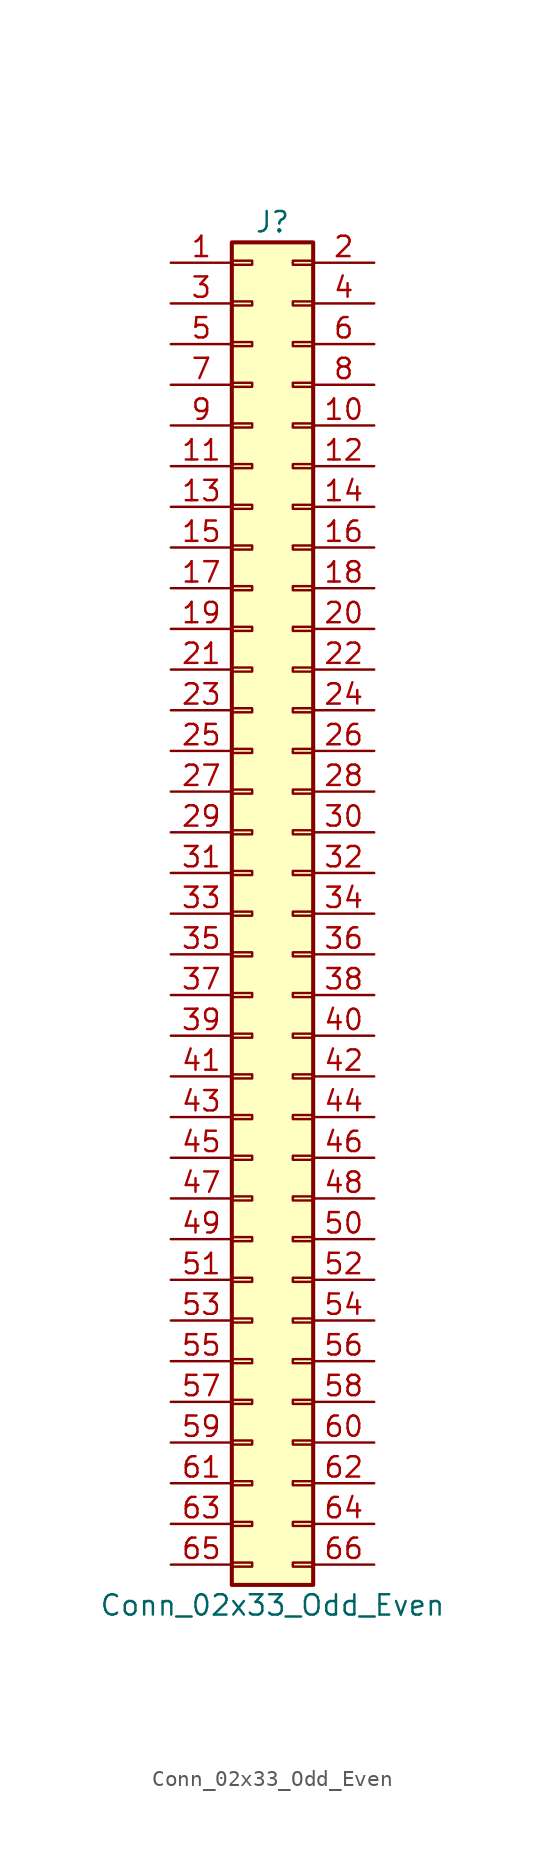
<source format=kicad_sym>
(kicad_symbol_lib
  (version 20220914)
  (generator kicad_symbol_editor)
  (symbol "Conn_02x33_Odd_Even"
    (pin_names
      (offset 1.016) hide)
    (property "Reference" "J"
      (at 1.27 43.18 0)
      (effects (font (size 1.27 1.27))))
    (property "Value" "Conn_02x33_Odd_Even"
      (at 1.27 -43.18 0)
      (effects (font (size 1.27 1.27))))
    (symbol "Conn_02x33_Odd_Even_1_1"
      (rectangle (start -1.27 -40.513) (end 0 -40.767) (stroke (width 0.152) (type solid)) (fill (type none)))
      (rectangle (start -1.27 -37.973) (end 0 -38.227) (stroke (width 0.152) (type solid)) (fill (type none)))
      (rectangle (start -1.27 -35.433) (end 0 -35.687) (stroke (width 0.152) (type solid)) (fill (type none)))
      (rectangle (start -1.27 -32.893) (end 0 -33.147) (stroke (width 0.152) (type solid)) (fill (type none)))
      (rectangle (start -1.27 -30.353) (end 0 -30.607) (stroke (width 0.152) (type solid)) (fill (type none)))
      (rectangle (start -1.27 -27.813) (end 0 -28.067) (stroke (width 0.152) (type solid)) (fill (type none)))
      (rectangle (start -1.27 -25.273) (end 0 -25.527) (stroke (width 0.152) (type solid)) (fill (type none)))
      (rectangle (start -1.27 -22.733) (end 0 -22.987) (stroke (width 0.152) (type solid)) (fill (type none)))
      (rectangle (start -1.27 -20.193) (end 0 -20.447) (stroke (width 0.152) (type solid)) (fill (type none)))
      (rectangle (start -1.27 -17.653) (end 0 -17.907) (stroke (width 0.152) (type solid)) (fill (type none)))
      (rectangle (start -1.27 -15.113) (end 0 -15.367) (stroke (width 0.152) (type solid)) (fill (type none)))
      (rectangle (start -1.27 -12.573) (end 0 -12.827) (stroke (width 0.152) (type solid)) (fill (type none)))
      (rectangle (start -1.27 -10.033) (end 0 -10.287) (stroke (width 0.152) (type solid)) (fill (type none)))
      (rectangle (start -1.27 -7.493) (end 0 -7.747) (stroke (width 0.152) (type solid)) (fill (type none)))
      (rectangle (start -1.27 -4.953) (end 0 -5.207) (stroke (width 0.152) (type solid)) (fill (type none)))
      (rectangle (start -1.27 -2.413) (end 0 -2.667) (stroke (width 0.152) (type solid)) (fill (type none)))
      (rectangle (start -1.27 0.127) (end 0 -0.127) (stroke (width 0.152) (type solid)) (fill (type none)))
      (rectangle (start -1.27 2.667) (end 0 2.413) (stroke (width 0.152) (type solid)) (fill (type none)))
      (rectangle (start -1.27 5.207) (end 0 4.953) (stroke (width 0.152) (type solid)) (fill (type none)))
      (rectangle (start -1.27 7.747) (end 0 7.493) (stroke (width 0.152) (type solid)) (fill (type none)))
      (rectangle (start -1.27 10.287) (end 0 10.033) (stroke (width 0.152) (type solid)) (fill (type none)))
      (rectangle (start -1.27 12.827) (end 0 12.573) (stroke (width 0.152) (type solid)) (fill (type none)))
      (rectangle (start -1.27 15.367) (end 0 15.113) (stroke (width 0.152) (type solid)) (fill (type none)))
      (rectangle (start -1.27 17.907) (end 0 17.653) (stroke (width 0.152) (type solid)) (fill (type none)))
      (rectangle (start -1.27 20.447) (end 0 20.193) (stroke (width 0.152) (type solid)) (fill (type none)))
      (rectangle (start -1.27 22.987) (end 0 22.733) (stroke (width 0.152) (type solid)) (fill (type none)))
      (rectangle (start -1.27 25.527) (end 0 25.273) (stroke (width 0.152) (type solid)) (fill (type none)))
      (rectangle (start -1.27 28.067) (end 0 27.813) (stroke (width 0.152) (type solid)) (fill (type none)))
      (rectangle (start -1.27 30.607) (end 0 30.353) (stroke (width 0.152) (type solid)) (fill (type none)))
      (rectangle (start -1.27 33.147) (end 0 32.893) (stroke (width 0.152) (type solid)) (fill (type none)))
      (rectangle (start -1.27 35.687) (end 0 35.433) (stroke (width 0.152) (type solid)) (fill (type none)))
      (rectangle (start -1.27 38.227) (end 0 37.973) (stroke (width 0.152) (type solid)) (fill (type none)))
      (rectangle (start -1.27 40.767) (end 0 40.513) (stroke (width 0.152) (type solid)) (fill (type none)))
      (rectangle (start -1.27 41.91) (end 3.81 -41.91) (stroke (width 0.254) (type solid)) (fill (type background)))
      (rectangle (start 3.81 -40.513) (end 2.54 -40.767) (stroke (width 0.152) (type solid)) (fill (type none)))
      (rectangle (start 3.81 -37.973) (end 2.54 -38.227) (stroke (width 0.152) (type solid)) (fill (type none)))
      (rectangle (start 3.81 -35.433) (end 2.54 -35.687) (stroke (width 0.152) (type solid)) (fill (type none)))
      (rectangle (start 3.81 -32.893) (end 2.54 -33.147) (stroke (width 0.152) (type solid)) (fill (type none)))
      (rectangle (start 3.81 -30.353) (end 2.54 -30.607) (stroke (width 0.152) (type solid)) (fill (type none)))
      (rectangle (start 3.81 -27.813) (end 2.54 -28.067) (stroke (width 0.152) (type solid)) (fill (type none)))
      (rectangle (start 3.81 -25.273) (end 2.54 -25.527) (stroke (width 0.152) (type solid)) (fill (type none)))
      (rectangle (start 3.81 -22.733) (end 2.54 -22.987) (stroke (width 0.152) (type solid)) (fill (type none)))
      (rectangle (start 3.81 -20.193) (end 2.54 -20.447) (stroke (width 0.152) (type solid)) (fill (type none)))
      (rectangle (start 3.81 -17.653) (end 2.54 -17.907) (stroke (width 0.152) (type solid)) (fill (type none)))
      (rectangle (start 3.81 -15.113) (end 2.54 -15.367) (stroke (width 0.152) (type solid)) (fill (type none)))
      (rectangle (start 3.81 -12.573) (end 2.54 -12.827) (stroke (width 0.152) (type solid)) (fill (type none)))
      (rectangle (start 3.81 -10.033) (end 2.54 -10.287) (stroke (width 0.152) (type solid)) (fill (type none)))
      (rectangle (start 3.81 -7.493) (end 2.54 -7.747) (stroke (width 0.152) (type solid)) (fill (type none)))
      (rectangle (start 3.81 -4.953) (end 2.54 -5.207) (stroke (width 0.152) (type solid)) (fill (type none)))
      (rectangle (start 3.81 -2.413) (end 2.54 -2.667) (stroke (width 0.152) (type solid)) (fill (type none)))
      (rectangle (start 3.81 0.127) (end 2.54 -0.127) (stroke (width 0.152) (type solid)) (fill (type none)))
      (rectangle (start 3.81 2.667) (end 2.54 2.413) (stroke (width 0.152) (type solid)) (fill (type none)))
      (rectangle (start 3.81 5.207) (end 2.54 4.953) (stroke (width 0.152) (type solid)) (fill (type none)))
      (rectangle (start 3.81 7.747) (end 2.54 7.493) (stroke (width 0.152) (type solid)) (fill (type none)))
      (rectangle (start 3.81 10.287) (end 2.54 10.033) (stroke (width 0.152) (type solid)) (fill (type none)))
      (rectangle (start 3.81 12.827) (end 2.54 12.573) (stroke (width 0.152) (type solid)) (fill (type none)))
      (rectangle (start 3.81 15.367) (end 2.54 15.113) (stroke (width 0.152) (type solid)) (fill (type none)))
      (rectangle (start 3.81 17.907) (end 2.54 17.653) (stroke (width 0.152) (type solid)) (fill (type none)))
      (rectangle (start 3.81 20.447) (end 2.54 20.193) (stroke (width 0.152) (type solid)) (fill (type none)))
      (rectangle (start 3.81 22.987) (end 2.54 22.733) (stroke (width 0.152) (type solid)) (fill (type none)))
      (rectangle (start 3.81 25.527) (end 2.54 25.273) (stroke (width 0.152) (type solid)) (fill (type none)))
      (rectangle (start 3.81 28.067) (end 2.54 27.813) (stroke (width 0.152) (type solid)) (fill (type none)))
      (rectangle (start 3.81 30.607) (end 2.54 30.353) (stroke (width 0.152) (type solid)) (fill (type none)))
      (rectangle (start 3.81 33.147) (end 2.54 32.893) (stroke (width 0.152) (type solid)) (fill (type none)))
      (rectangle (start 3.81 35.687) (end 2.54 35.433) (stroke (width 0.152) (type solid)) (fill (type none)))
      (rectangle (start 3.81 38.227) (end 2.54 37.973) (stroke (width 0.152) (type solid)) (fill (type none)))
      (rectangle (start 3.81 40.767) (end 2.54 40.513) (stroke (width 0.152) (type solid)) (fill (type none)))
      (pin passive line (at -5.08 40.64 0) (length 3.81) (name "Pin_1" (effects (font (size 1.27 1.27)))) (number "1" (effects (font (size 1.27 1.27)))))
      (pin passive line (at 7.62 30.48 180) (length 3.81) (name "Pin_10" (effects (font (size 1.27 1.27)))) (number "10" (effects (font (size 1.27 1.27)))))
      (pin passive line (at -5.08 27.94 0) (length 3.81) (name "Pin_11" (effects (font (size 1.27 1.27)))) (number "11" (effects (font (size 1.27 1.27)))))
      (pin passive line (at 7.62 27.94 180) (length 3.81) (name "Pin_12" (effects (font (size 1.27 1.27)))) (number "12" (effects (font (size 1.27 1.27)))))
      (pin passive line (at -5.08 25.4 0) (length 3.81) (name "Pin_13" (effects (font (size 1.27 1.27)))) (number "13" (effects (font (size 1.27 1.27)))))
      (pin passive line (at 7.62 25.4 180) (length 3.81) (name "Pin_14" (effects (font (size 1.27 1.27)))) (number "14" (effects (font (size 1.27 1.27)))))
      (pin passive line (at -5.08 22.86 0) (length 3.81) (name "Pin_15" (effects (font (size 1.27 1.27)))) (number "15" (effects (font (size 1.27 1.27)))))
      (pin passive line (at 7.62 22.86 180) (length 3.81) (name "Pin_16" (effects (font (size 1.27 1.27)))) (number "16" (effects (font (size 1.27 1.27)))))
      (pin passive line (at -5.08 20.32 0) (length 3.81) (name "Pin_17" (effects (font (size 1.27 1.27)))) (number "17" (effects (font (size 1.27 1.27)))))
      (pin passive line (at 7.62 20.32 180) (length 3.81) (name "Pin_18" (effects (font (size 1.27 1.27)))) (number "18" (effects (font (size 1.27 1.27)))))
      (pin passive line (at -5.08 17.78 0) (length 3.81) (name "Pin_19" (effects (font (size 1.27 1.27)))) (number "19" (effects (font (size 1.27 1.27)))))
      (pin passive line (at 7.62 40.64 180) (length 3.81) (name "Pin_2" (effects (font (size 1.27 1.27)))) (number "2" (effects (font (size 1.27 1.27)))))
      (pin passive line (at 7.62 17.78 180) (length 3.81) (name "Pin_20" (effects (font (size 1.27 1.27)))) (number "20" (effects (font (size 1.27 1.27)))))
      (pin passive line (at -5.08 15.24 0) (length 3.81) (name "Pin_21" (effects (font (size 1.27 1.27)))) (number "21" (effects (font (size 1.27 1.27)))))
      (pin passive line (at 7.62 15.24 180) (length 3.81) (name "Pin_22" (effects (font (size 1.27 1.27)))) (number "22" (effects (font (size 1.27 1.27)))))
      (pin passive line (at -5.08 12.7 0) (length 3.81) (name "Pin_23" (effects (font (size 1.27 1.27)))) (number "23" (effects (font (size 1.27 1.27)))))
      (pin passive line (at 7.62 12.7 180) (length 3.81) (name "Pin_24" (effects (font (size 1.27 1.27)))) (number "24" (effects (font (size 1.27 1.27)))))
      (pin passive line (at -5.08 10.16 0) (length 3.81) (name "Pin_25" (effects (font (size 1.27 1.27)))) (number "25" (effects (font (size 1.27 1.27)))))
      (pin passive line (at 7.62 10.16 180) (length 3.81) (name "Pin_26" (effects (font (size 1.27 1.27)))) (number "26" (effects (font (size 1.27 1.27)))))
      (pin passive line (at -5.08 7.62 0) (length 3.81) (name "Pin_27" (effects (font (size 1.27 1.27)))) (number "27" (effects (font (size 1.27 1.27)))))
      (pin passive line (at 7.62 7.62 180) (length 3.81) (name "Pin_28" (effects (font (size 1.27 1.27)))) (number "28" (effects (font (size 1.27 1.27)))))
      (pin passive line (at -5.08 5.08 0) (length 3.81) (name "Pin_29" (effects (font (size 1.27 1.27)))) (number "29" (effects (font (size 1.27 1.27)))))
      (pin passive line (at -5.08 38.1 0) (length 3.81) (name "Pin_3" (effects (font (size 1.27 1.27)))) (number "3" (effects (font (size 1.27 1.27)))))
      (pin passive line (at 7.62 5.08 180) (length 3.81) (name "Pin_30" (effects (font (size 1.27 1.27)))) (number "30" (effects (font (size 1.27 1.27)))))
      (pin passive line (at -5.08 2.54 0) (length 3.81) (name "Pin_31" (effects (font (size 1.27 1.27)))) (number "31" (effects (font (size 1.27 1.27)))))
      (pin passive line (at 7.62 2.54 180) (length 3.81) (name "Pin_32" (effects (font (size 1.27 1.27)))) (number "32" (effects (font (size 1.27 1.27)))))
      (pin passive line (at -5.08 0 0) (length 3.81) (name "Pin_33" (effects (font (size 1.27 1.27)))) (number "33" (effects (font (size 1.27 1.27)))))
      (pin passive line (at 7.62 0 180) (length 3.81) (name "Pin_34" (effects (font (size 1.27 1.27)))) (number "34" (effects (font (size 1.27 1.27)))))
      (pin passive line (at -5.08 -2.54 0) (length 3.81) (name "Pin_35" (effects (font (size 1.27 1.27)))) (number "35" (effects (font (size 1.27 1.27)))))
      (pin passive line (at 7.62 -2.54 180) (length 3.81) (name "Pin_36" (effects (font (size 1.27 1.27)))) (number "36" (effects (font (size 1.27 1.27)))))
      (pin passive line (at -5.08 -5.08 0) (length 3.81) (name "Pin_37" (effects (font (size 1.27 1.27)))) (number "37" (effects (font (size 1.27 1.27)))))
      (pin passive line (at 7.62 -5.08 180) (length 3.81) (name "Pin_38" (effects (font (size 1.27 1.27)))) (number "38" (effects (font (size 1.27 1.27)))))
      (pin passive line (at -5.08 -7.62 0) (length 3.81) (name "Pin_39" (effects (font (size 1.27 1.27)))) (number "39" (effects (font (size 1.27 1.27)))))
      (pin passive line (at 7.62 38.1 180) (length 3.81) (name "Pin_4" (effects (font (size 1.27 1.27)))) (number "4" (effects (font (size 1.27 1.27)))))
      (pin passive line (at 7.62 -7.62 180) (length 3.81) (name "Pin_40" (effects (font (size 1.27 1.27)))) (number "40" (effects (font (size 1.27 1.27)))))
      (pin passive line (at -5.08 -10.16 0) (length 3.81) (name "Pin_41" (effects (font (size 1.27 1.27)))) (number "41" (effects (font (size 1.27 1.27)))))
      (pin passive line (at 7.62 -10.16 180) (length 3.81) (name "Pin_42" (effects (font (size 1.27 1.27)))) (number "42" (effects (font (size 1.27 1.27)))))
      (pin passive line (at -5.08 -12.7 0) (length 3.81) (name "Pin_43" (effects (font (size 1.27 1.27)))) (number "43" (effects (font (size 1.27 1.27)))))
      (pin passive line (at 7.62 -12.7 180) (length 3.81) (name "Pin_44" (effects (font (size 1.27 1.27)))) (number "44" (effects (font (size 1.27 1.27)))))
      (pin passive line (at -5.08 -15.24 0) (length 3.81) (name "Pin_45" (effects (font (size 1.27 1.27)))) (number "45" (effects (font (size 1.27 1.27)))))
      (pin passive line (at 7.62 -15.24 180) (length 3.81) (name "Pin_46" (effects (font (size 1.27 1.27)))) (number "46" (effects (font (size 1.27 1.27)))))
      (pin passive line (at -5.08 -17.78 0) (length 3.81) (name "Pin_47" (effects (font (size 1.27 1.27)))) (number "47" (effects (font (size 1.27 1.27)))))
      (pin passive line (at 7.62 -17.78 180) (length 3.81) (name "Pin_48" (effects (font (size 1.27 1.27)))) (number "48" (effects (font (size 1.27 1.27)))))
      (pin passive line (at -5.08 -20.32 0) (length 3.81) (name "Pin_49" (effects (font (size 1.27 1.27)))) (number "49" (effects (font (size 1.27 1.27)))))
      (pin passive line (at -5.08 35.56 0) (length 3.81) (name "Pin_5" (effects (font (size 1.27 1.27)))) (number "5" (effects (font (size 1.27 1.27)))))
      (pin passive line (at 7.62 -20.32 180) (length 3.81) (name "Pin_50" (effects (font (size 1.27 1.27)))) (number "50" (effects (font (size 1.27 1.27)))))
      (pin passive line (at -5.08 -22.86 0) (length 3.81) (name "Pin_51" (effects (font (size 1.27 1.27)))) (number "51" (effects (font (size 1.27 1.27)))))
      (pin passive line (at 7.62 -22.86 180) (length 3.81) (name "Pin_52" (effects (font (size 1.27 1.27)))) (number "52" (effects (font (size 1.27 1.27)))))
      (pin passive line (at -5.08 -25.4 0) (length 3.81) (name "Pin_53" (effects (font (size 1.27 1.27)))) (number "53" (effects (font (size 1.27 1.27)))))
      (pin passive line (at 7.62 -25.4 180) (length 3.81) (name "Pin_54" (effects (font (size 1.27 1.27)))) (number "54" (effects (font (size 1.27 1.27)))))
      (pin passive line (at -5.08 -27.94 0) (length 3.81) (name "Pin_55" (effects (font (size 1.27 1.27)))) (number "55" (effects (font (size 1.27 1.27)))))
      (pin passive line (at 7.62 -27.94 180) (length 3.81) (name "Pin_56" (effects (font (size 1.27 1.27)))) (number "56" (effects (font (size 1.27 1.27)))))
      (pin passive line (at -5.08 -30.48 0) (length 3.81) (name "Pin_57" (effects (font (size 1.27 1.27)))) (number "57" (effects (font (size 1.27 1.27)))))
      (pin passive line (at 7.62 -30.48 180) (length 3.81) (name "Pin_58" (effects (font (size 1.27 1.27)))) (number "58" (effects (font (size 1.27 1.27)))))
      (pin passive line (at -5.08 -33.02 0) (length 3.81) (name "Pin_59" (effects (font (size 1.27 1.27)))) (number "59" (effects (font (size 1.27 1.27)))))
      (pin passive line (at 7.62 35.56 180) (length 3.81) (name "Pin_6" (effects (font (size 1.27 1.27)))) (number "6" (effects (font (size 1.27 1.27)))))
      (pin passive line (at 7.62 -33.02 180) (length 3.81) (name "Pin_60" (effects (font (size 1.27 1.27)))) (number "60" (effects (font (size 1.27 1.27)))))
      (pin passive line (at -5.08 -35.56 0) (length 3.81) (name "Pin_61" (effects (font (size 1.27 1.27)))) (number "61" (effects (font (size 1.27 1.27)))))
      (pin passive line (at 7.62 -35.56 180) (length 3.81) (name "Pin_62" (effects (font (size 1.27 1.27)))) (number "62" (effects (font (size 1.27 1.27)))))
      (pin passive line (at -5.08 -38.1 0) (length 3.81) (name "Pin_63" (effects (font (size 1.27 1.27)))) (number "63" (effects (font (size 1.27 1.27)))))
      (pin passive line (at 7.62 -38.1 180) (length 3.81) (name "Pin_64" (effects (font (size 1.27 1.27)))) (number "64" (effects (font (size 1.27 1.27)))))
      (pin passive line (at -5.08 -40.64 0) (length 3.81) (name "Pin_65" (effects (font (size 1.27 1.27)))) (number "65" (effects (font (size 1.27 1.27)))))
      (pin passive line (at 7.62 -40.64 180) (length 3.81) (name "Pin_66" (effects (font (size 1.27 1.27)))) (number "66" (effects (font (size 1.27 1.27)))))
      (pin passive line (at -5.08 33.02 0) (length 3.81) (name "Pin_7" (effects (font (size 1.27 1.27)))) (number "7" (effects (font (size 1.27 1.27)))))
      (pin passive line (at 7.62 33.02 180) (length 3.81) (name "Pin_8" (effects (font (size 1.27 1.27)))) (number "8" (effects (font (size 1.27 1.27)))))
      (pin passive line (at -5.08 30.48 0) (length 3.81) (name "Pin_9" (effects (font (size 1.27 1.27)))) (number "9" (effects (font (size 1.27 1.27))))))))
</source>
